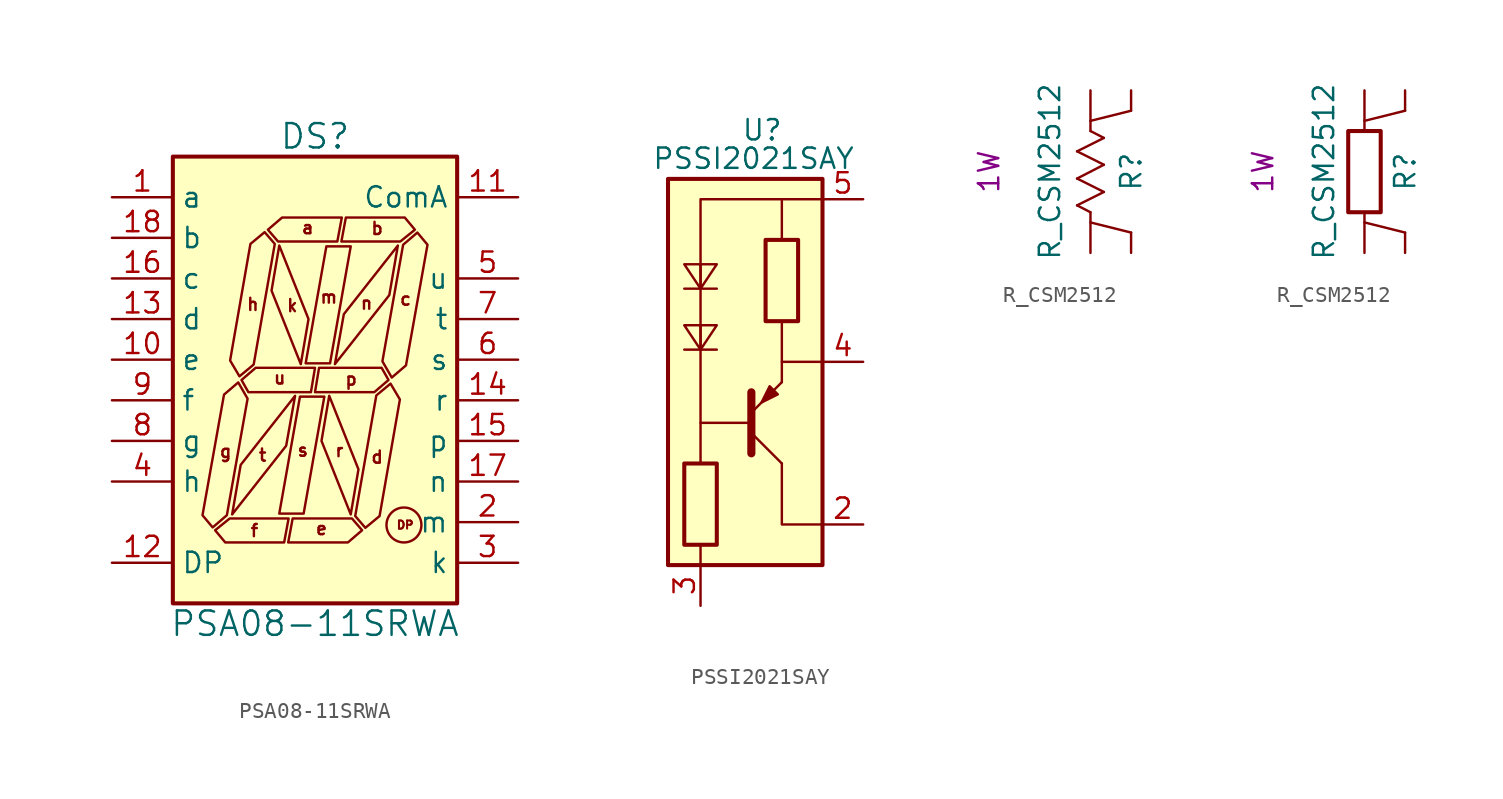
<source format=kicad_sym>
(kicad_symbol_lib
  (version 20231120)
  (generator "kicad_symbol_editor")
  (generator_version "8.0")
  (symbol "PSA08-11SRWA"
    (property "Reference" "DS"
      (at 0 13.97 0)
      (effects (font (size 1.524 1.524))))
    (property "Value" "PSA08-11SRWA"
      (at 0 -16.51 0)
      (effects (font (size 1.524 1.524))))
    (symbol "PSA08-11SRWA_0_0"
      (text "a" (at -0.457 8.255 0) (effects (font (size 0.762 0.762))))
      (text "b" (at 3.886 8.204 0) (effects (font (size 0.762 0.762))))
      (text "c" (at 5.664 3.785 0) (effects (font (size 0.762 0.762))))
      (text "d" (at 3.886 -6.096 0) (effects (font (size 0.762 0.762))))
      (text "DP" (at 5.639 -10.338 0) (effects (font (size 0.508 0.508))))
      (text "e" (at 0.406 -10.566 0) (effects (font (size 0.762 0.762))))
      (text "f" (at -3.785 -10.693 0) (effects (font (size 0.762 0.762))))
      (text "g" (at -5.588 -5.74 0) (effects (font (size 0.762 0.762))))
      (text "h" (at -3.886 3.454 0) (effects (font (size 0.762 0.762)))))
    (symbol "PSA08-11SRWA_0_1"
      (polyline (pts (xy -4.648 -6.579) (xy -1.245 -2.261) (xy -1.803 -5.385) (xy -5.182 -9.677) (xy -4.648 -6.579)) (stroke (width 0) (type solid)) (fill (type none)))
      (polyline (pts (xy -0.94 -2.311) (xy 0.584 -2.311) (xy -0.711 -9.627) (xy -2.235 -9.627) (xy -0.94 -2.311)) (stroke (width 0) (type solid)) (fill (type none)))
      (polyline (pts (xy -0.406 2.54) (xy -2.235 7.137) (xy -2.718 4.318) (xy -0.889 -0.279) (xy -0.406 2.54)) (stroke (width 0) (type solid)) (fill (type none)))
      (polyline (pts (xy 2.235 7.087) (xy 0.711 7.087) (xy -0.584 -0.229) (xy 0.94 -0.229) (xy 2.235 7.087)) (stroke (width 0) (type solid)) (fill (type none)))
      (polyline (pts (xy 2.718 -6.858) (xy 0.889 -2.261) (xy 0.406 -5.08) (xy 2.235 -9.677) (xy 2.718 -6.858)) (stroke (width 0) (type solid)) (fill (type none)))
      (polyline (pts (xy 5.182 7.137) (xy 1.803 2.845) (xy 1.245 -0.279) (xy 4.648 4.039) (xy 5.182 7.137)) (stroke (width 0) (type solid)) (fill (type none)))
      (polyline (pts (xy -5.613 -11.43) (xy -1.93 -11.43) (xy -1.651 -9.931) (xy -5.334 -9.931) (xy -6.248 -10.668) (xy -5.613 -11.43)) (stroke (width 0) (type solid)) (fill (type none)))
      (polyline (pts (xy -2.057 8.89) (xy 1.676 8.89) (xy 1.397 7.391) (xy -2.311 7.391) (xy -2.946 8.128) (xy -2.057 8.89)) (stroke (width 0) (type solid)) (fill (type none)))
      (polyline (pts (xy -1.676 -11.43) (xy 2.057 -11.43) (xy 2.946 -10.668) (xy 2.311 -9.931) (xy -1.397 -9.931) (xy -1.676 -11.43)) (stroke (width 0) (type solid)) (fill (type none)))
      (polyline (pts (xy 0 -0.508) (xy -3.708 -0.508) (xy -4.597 -1.27) (xy -4.166 -2.032) (xy -0.254 -2.032) (xy 0 -0.508)) (stroke (width 0) (type solid)) (fill (type none)))
      (polyline (pts (xy 0.254 -0.508) (xy 0 -2.032) (xy 3.708 -2.032) (xy 4.597 -1.27) (xy 4.166 -0.508) (xy 0.254 -0.508)) (stroke (width 0) (type solid)) (fill (type none)))
      (polyline (pts (xy 1.93 8.89) (xy 1.651 7.391) (xy 5.334 7.391) (xy 6.248 8.128) (xy 5.613 8.89) (xy 1.93 8.89)) (stroke (width 0) (type solid)) (fill (type none)))
      (polyline (pts (xy -5.69 -2.184) (xy -7.036 -9.728) (xy -6.401 -10.49) (xy -5.512 -9.728) (xy -4.216 -2.438) (xy -4.801 -1.422) (xy -5.69 -2.184)) (stroke (width 0) (type solid)) (fill (type none)))
      (polyline (pts (xy -5.309 -0.051) (xy -4.039 7.239) (xy -3.15 7.976) (xy -2.515 7.239) (xy -3.835 -0.305) (xy -4.724 -1.041) (xy -5.309 -0.051)) (stroke (width 0) (type solid)) (fill (type none)))
      (polyline (pts (xy 5.309 -2.489) (xy 4.724 -1.499) (xy 3.835 -2.235) (xy 2.515 -9.779) (xy 3.15 -10.516) (xy 4.039 -9.779) (xy 5.309 -2.489)) (stroke (width 0) (type solid)) (fill (type none)))
      (polyline (pts (xy 7.036 7.188) (xy 6.401 7.95) (xy 5.512 7.188) (xy 4.216 -0.102) (xy 4.801 -1.118) (xy 5.69 -0.356) (xy 7.036 7.188)) (stroke (width 0) (type solid)) (fill (type none)))
      (circle (center 5.563 -10.338) (radius 1.092) (stroke (width 0) (type solid)) (fill (type none))))
    (symbol "PSA08-11SRWA_1_1"
      (rectangle (start -8.89 12.7) (end 8.89 -15.24) (stroke (width 0.254) (type solid)) (fill (type background)))
      (text "k" (at -1.422 3.378 0) (effects (font (size 0.762 0.762))))
      (text "m" (at 0.864 3.912 0) (effects (font (size 0.762 0.762))))
      (text "n" (at 3.226 3.531 0) (effects (font (size 0.762 0.762))))
      (text "p" (at 2.261 -1.219 0) (effects (font (size 0.762 0.762))))
      (text "r" (at 1.524 -5.69 0) (effects (font (size 0.762 0.762))))
      (text "s" (at -0.762 -5.664 0) (effects (font (size 0.762 0.762))))
      (text "t" (at -3.277 -5.969 0) (effects (font (size 0.762 0.762))))
      (text "u" (at -2.21 -1.143 0) (effects (font (size 0.762 0.762))))
      (pin input line (at -12.7 10.16 0) (length 3.81) (name "a" (effects (font (size 1.27 1.27)))) (number "1" (effects (font (size 1.27 1.27)))))
      (pin input line (at -12.7 0 0) (length 3.81) (name "e" (effects (font (size 1.27 1.27)))) (number "10" (effects (font (size 1.27 1.27)))))
      (pin input line (at 12.7 10.16 180) (length 3.81) (name "ComA" (effects (font (size 1.27 1.27)))) (number "11" (effects (font (size 1.27 1.27)))))
      (pin input line (at -12.7 -12.7 0) (length 3.81) (name "DP" (effects (font (size 1.27 1.27)))) (number "12" (effects (font (size 1.27 1.27)))))
      (pin input line (at -12.7 2.54 0) (length 3.81) (name "d" (effects (font (size 1.27 1.27)))) (number "13" (effects (font (size 1.27 1.27)))))
      (pin input line (at 12.7 -2.54 180) (length 3.81) (name "r" (effects (font (size 1.27 1.27)))) (number "14" (effects (font (size 1.27 1.27)))))
      (pin input line (at 12.7 -5.08 180) (length 3.81) (name "p" (effects (font (size 1.27 1.27)))) (number "15" (effects (font (size 1.27 1.27)))))
      (pin input line (at -12.7 5.08 0) (length 3.81) (name "c" (effects (font (size 1.27 1.27)))) (number "16" (effects (font (size 1.27 1.27)))))
      (pin input line (at 12.7 -7.62 180) (length 3.81) (name "n" (effects (font (size 1.27 1.27)))) (number "17" (effects (font (size 1.27 1.27)))))
      (pin input line (at -12.7 7.62 0) (length 3.81) (name "b" (effects (font (size 1.27 1.27)))) (number "18" (effects (font (size 1.27 1.27)))))
      (pin input line (at 12.7 -10.16 180) (length 3.81) (name "m" (effects (font (size 1.27 1.27)))) (number "2" (effects (font (size 1.27 1.27)))))
      (pin input line (at 12.7 -12.7 180) (length 3.81) (name "k" (effects (font (size 1.27 1.27)))) (number "3" (effects (font (size 1.27 1.27)))))
      (pin input line (at -12.7 -7.62 0) (length 3.81) (name "h" (effects (font (size 1.27 1.27)))) (number "4" (effects (font (size 1.27 1.27)))))
      (pin input line (at 12.7 5.08 180) (length 3.81) (name "u" (effects (font (size 1.27 1.27)))) (number "5" (effects (font (size 1.27 1.27)))))
      (pin input line (at 12.7 0 180) (length 3.81) (name "s" (effects (font (size 1.27 1.27)))) (number "6" (effects (font (size 1.27 1.27)))))
      (pin input line (at 12.7 2.54 180) (length 3.81) (name "t" (effects (font (size 1.27 1.27)))) (number "7" (effects (font (size 1.27 1.27)))))
      (pin input line (at -12.7 -5.08 0) (length 3.81) (name "g" (effects (font (size 1.27 1.27)))) (number "8" (effects (font (size 1.27 1.27)))))
      (pin input line (at -12.7 -2.54 0) (length 3.81) (name "f" (effects (font (size 1.27 1.27)))) (number "9" (effects (font (size 1.27 1.27)))))))
  (symbol "PSSI2021SAY"
    (pin_names hide)
    (property "Reference" "U"
      (at 0 14.478 0)
      (effects (font (size 1.27 1.27)) (justify left)))
    (property "Value" "PSSI2021SAY"
      (at -5.588 12.7 0)
      (effects (font (size 1.27 1.27)) (justify left)))
    (symbol "PSSI2021SAY_0_1"
      (rectangle (start -4.572 11.43) (end 5.08 -12.7) (stroke (width 0.254) (type solid)) (fill (type background)))
      (polyline (pts (xy -2.54 -11.43) (xy -2.54 -12.7)) (stroke (width 0) (type solid)) (fill (type none)))
      (polyline (pts (xy -2.54 -3.81) (xy 0.508 -3.81)) (stroke (width 0) (type solid)) (fill (type none)))
      (polyline (pts (xy 0.635 -4.445) (xy 2.54 -6.35)) (stroke (width 0) (type solid)) (fill (type none)))
      (polyline (pts (xy 2.54 -1.27) (xy 2.54 2.54)) (stroke (width 0) (type solid)) (fill (type none)))
      (polyline (pts (xy 2.54 7.62) (xy 2.54 10.16)) (stroke (width 0) (type solid)) (fill (type none)))
      (polyline (pts (xy 5.08 0) (xy 2.54 0)) (stroke (width 0) (type solid)) (fill (type none)))
      (polyline (pts (xy 0.635 -5.715) (xy 0.635 -1.905) (xy 0.635 -1.905)) (stroke (width 0.508) (type solid)) (fill (type none)))
      (polyline (pts (xy 0.635 -3.175) (xy 2.54 -1.27) (xy 2.54 -1.27)) (stroke (width 0) (type solid)) (fill (type none)))
      (polyline (pts (xy 5.08 -10.16) (xy 2.54 -10.16) (xy 2.54 -6.35)) (stroke (width 0) (type solid)) (fill (type none)))
      (polyline (pts (xy 5.08 10.16) (xy -2.54 10.16) (xy -2.54 -6.35)) (stroke (width 0) (type solid)) (fill (type none)))
      (polyline (pts (xy 2.286 -2.032) (xy 1.778 -1.524) (xy 1.27 -2.54) (xy 2.286 -2.032) (xy 2.286 -2.032)) (stroke (width 0) (type solid)) (fill (type outline))))
    (symbol "PSSI2021SAY_1_1"
      (rectangle (start -3.556 -11.43) (end -1.524 -6.35) (stroke (width 0.254) (type solid)) (fill (type none)))
      (polyline (pts (xy -2.54 0.762) (xy -2.54 2.286)) (stroke (width 0) (type solid)) (fill (type none)))
      (polyline (pts (xy -2.54 4.572) (xy -2.54 6.096)) (stroke (width 0) (type solid)) (fill (type none)))
      (polyline (pts (xy -1.524 0.762) (xy -3.556 0.762)) (stroke (width 0) (type solid)) (fill (type none)))
      (polyline (pts (xy -1.524 4.572) (xy -3.556 4.572)) (stroke (width 0) (type solid)) (fill (type none)))
      (polyline (pts (xy -1.524 2.286) (xy -2.54 0.762) (xy -3.556 2.286) (xy -1.524 2.286)) (stroke (width 0) (type solid)) (fill (type none)))
      (polyline (pts (xy -1.524 6.096) (xy -2.54 4.572) (xy -3.556 6.096) (xy -1.524 6.096)) (stroke (width 0) (type solid)) (fill (type none)))
      (rectangle (start 1.524 2.54) (end 3.556 7.62) (stroke (width 0.254) (type solid)) (fill (type none)))
      (pin no_connect line (at 2.54 -15.24 90) (length 2.54) hide (name "~" (effects (font (size 1.27 1.27)))) (number "1" (effects (font (size 1.27 1.27)))))
      (pin passive line (at 7.62 -10.16 180) (length 2.54) (name "IOUT" (effects (font (size 1.27 1.27)))) (number "2" (effects (font (size 1.27 1.27)))))
      (pin passive line (at -2.54 -15.24 90) (length 2.54) (name "GND" (effects (font (size 1.27 1.27)))) (number "3" (effects (font (size 1.27 1.27)))))
      (pin passive line (at 7.62 0 180) (length 2.54) (name "REXT" (effects (font (size 1.27 1.27)))) (number "4" (effects (font (size 1.27 1.27)))))
      (pin passive line (at 7.62 10.16 180) (length 2.54) (name "VS" (effects (font (size 1.27 1.27)))) (number "5" (effects (font (size 1.27 1.27)))))))
  (symbol "R_CSM2512"
    (pin_numbers hide)
    (pin_names
      (offset 0) hide)
    (property "Reference" "R"
      (at 2.54 0 90)
      (effects (font (size 1.27 1.27))))
    (property "Value" "R_CSM2512"
      (at -2.54 0 90)
      (effects (font (size 1.27 1.27))))
    (property "Power" "1W"
      (at -6.35 0 90)
      (effects (font (size 1.27 1.27))))
    (symbol "R_CSM2512_0_1"
      (polyline (pts (xy -0.838 -2.108) (xy 0.838 -1.27)) (stroke (width 0.152) (type solid)) (fill (type none)))
      (polyline (pts (xy -0.838 -0.432) (xy 0.838 0.432)) (stroke (width 0.152) (type solid)) (fill (type none)))
      (polyline (pts (xy -0.838 1.27) (xy 0.838 2.108)) (stroke (width 0.152) (type solid)) (fill (type none)))
      (polyline (pts (xy 0 -2.54) (xy -0.838 -2.108)) (stroke (width 0.152) (type solid)) (fill (type none)))
      (polyline (pts (xy 0.838 -1.27) (xy -0.838 -0.432)) (stroke (width 0.152) (type solid)) (fill (type none)))
      (polyline (pts (xy 0.838 0.432) (xy -0.838 1.27)) (stroke (width 0.152) (type solid)) (fill (type none)))
      (polyline (pts (xy 0.838 2.108) (xy 0 2.54)) (stroke (width 0.152) (type solid)) (fill (type none)))
      (polyline (pts (xy 2.54 -3.81) (xy 0 -3.175)) (stroke (width 0) (type solid)) (fill (type none)))
      (polyline (pts (xy 2.54 3.81) (xy 0 3.175)) (stroke (width 0) (type solid)) (fill (type none))))
    (symbol "R_CSM2512_0_2"
      (rectangle (start -1.016 -2.54) (end 1.016 2.54) (stroke (width 0.254) (type solid)) (fill (type none)))
      (polyline (pts (xy 2.54 -3.81) (xy 0 -3.175)) (stroke (width 0) (type solid)) (fill (type none)))
      (polyline (pts (xy 2.54 3.81) (xy 0 3.175)) (stroke (width 0) (type solid)) (fill (type none))))
    (symbol "R_CSM2512_1_1"
      (pin passive line (at 0 5.08 270) (length 2.54) (name "~" (effects (font (size 1.524 1.524)))) (number "1" (effects (font (size 1.524 1.524)))))
      (pin passive line (at 0 -5.08 90) (length 2.54) (name "~" (effects (font (size 1.524 1.524)))) (number "2" (effects (font (size 1.524 1.524)))))
      (pin passive line (at 2.54 5.08 270) (length 1.27) (name "~" (effects (font (size 1.524 1.524)))) (number "3" (effects (font (size 1.524 1.524)))))
      (pin passive line (at 2.54 -5.08 90) (length 1.27) (name "~" (effects (font (size 1.524 1.524)))) (number "4" (effects (font (size 1.524 1.524))))))
    (symbol "R_CSM2512_1_2"
      (pin passive line (at 0 5.08 270) (length 2.54) (name "~" (effects (font (size 1.524 1.524)))) (number "1" (effects (font (size 1.524 1.524)))))
      (pin passive line (at 0 -5.08 90) (length 2.54) (name "~" (effects (font (size 1.524 1.524)))) (number "2" (effects (font (size 1.524 1.524)))))
      (pin passive line (at 2.54 5.08 270) (length 1.27) (name "~" (effects (font (size 1.524 1.524)))) (number "3" (effects (font (size 1.524 1.524)))))
      (pin passive line (at 2.54 -5.08 90) (length 1.27) (name "~" (effects (font (size 1.524 1.524)))) (number "4" (effects (font (size 1.524 1.524))))))))
</source>
